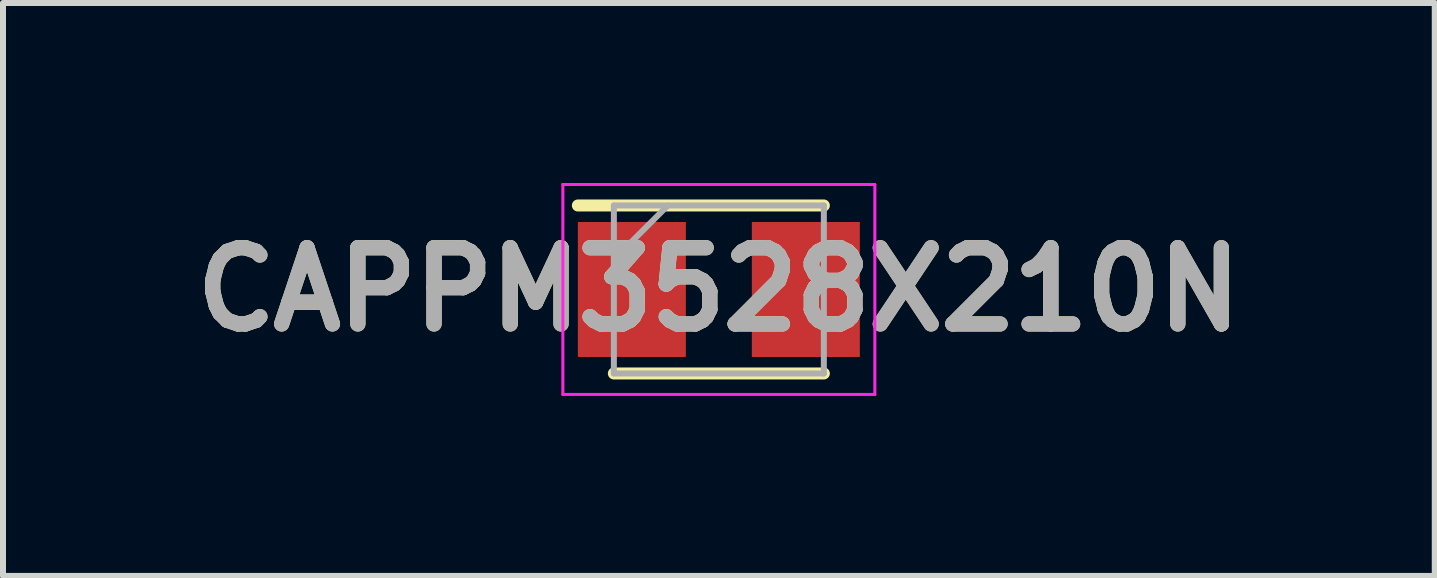
<source format=kicad_pcb>
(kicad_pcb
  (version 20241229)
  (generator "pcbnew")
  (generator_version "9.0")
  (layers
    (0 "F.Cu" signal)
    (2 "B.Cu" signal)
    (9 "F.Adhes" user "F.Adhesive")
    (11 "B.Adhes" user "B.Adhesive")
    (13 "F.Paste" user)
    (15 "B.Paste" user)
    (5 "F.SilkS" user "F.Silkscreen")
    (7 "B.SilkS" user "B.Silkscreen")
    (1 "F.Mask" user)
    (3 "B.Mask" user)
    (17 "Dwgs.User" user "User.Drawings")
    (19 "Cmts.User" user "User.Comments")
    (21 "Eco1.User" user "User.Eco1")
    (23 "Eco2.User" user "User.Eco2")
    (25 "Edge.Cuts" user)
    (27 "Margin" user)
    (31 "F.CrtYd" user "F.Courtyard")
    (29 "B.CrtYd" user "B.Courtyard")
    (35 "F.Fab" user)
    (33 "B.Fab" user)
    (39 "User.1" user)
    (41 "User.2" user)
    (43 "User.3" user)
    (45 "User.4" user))
  (footprint "CAPPM3528X210N"
    (layer "F.Cu")
    (at 8.932 1.775)
    (property "Reference" "CAPPM3528X210N" (at 0 0 0) (layer "F.SilkS") (effects (font (size 1.27 1.27) (thickness 0.254))))
    (attr smd)
    (fp_line (start -1.75 1.4) (end 1.75 1.4) (stroke (width 0.2) (type solid)) (layer "F.SilkS"))
    (fp_line (start 1.75 -1.4) (end -2.35 -1.4) (stroke (width 0.2) (type solid)) (layer "F.SilkS"))
    (fp_line (start -2.6 -1.75) (end 2.6 -1.75) (stroke (width 0.05) (type solid)) (layer "F.CrtYd"))
    (fp_line (start -2.6 1.75) (end -2.6 -1.75) (stroke (width 0.05) (type solid)) (layer "F.CrtYd"))
    (fp_line (start 2.6 -1.75) (end 2.6 1.75) (stroke (width 0.05) (type solid)) (layer "F.CrtYd"))
    (fp_line (start 2.6 1.75) (end -2.6 1.75) (stroke (width 0.05) (type solid)) (layer "F.CrtYd"))
    (fp_line (start -1.75 -1.4) (end 1.75 -1.4) (stroke (width 0.1) (type solid)) (layer "F.Fab"))
    (fp_line (start -1.75 -0.5) (end -0.85 -1.4) (stroke (width 0.1) (type solid)) (layer "F.Fab"))
    (fp_line (start -1.75 1.4) (end -1.75 -1.4) (stroke (width 0.1) (type solid)) (layer "F.Fab"))
    (fp_line (start 1.75 -1.4) (end 1.75 1.4) (stroke (width 0.1) (type solid)) (layer "F.Fab"))
    (fp_line (start 1.75 1.4) (end -1.75 1.4) (stroke (width 0.1) (type solid)) (layer "F.Fab"))
    (fp_text user "${REFERENCE}" (at 0 0 0) (layer "F.Fab") (effects (font (size 1.27 1.27) (thickness 0.254))))
    (pad "1" smd rect (at -1.45 0) (size 1.8 2.25) (layers "F.Cu" "F.Mask" "F.Paste"))
    (pad "2" smd rect (at 1.45 0) (size 1.8 2.25) (layers "F.Cu" "F.Mask" "F.Paste")))
  (gr_rect
    (start -3 -3)
    (end 20.865 6.55)
    (stroke (width 0.1) (type default))
    (fill no)
    (layer "Edge.Cuts")))
</source>
